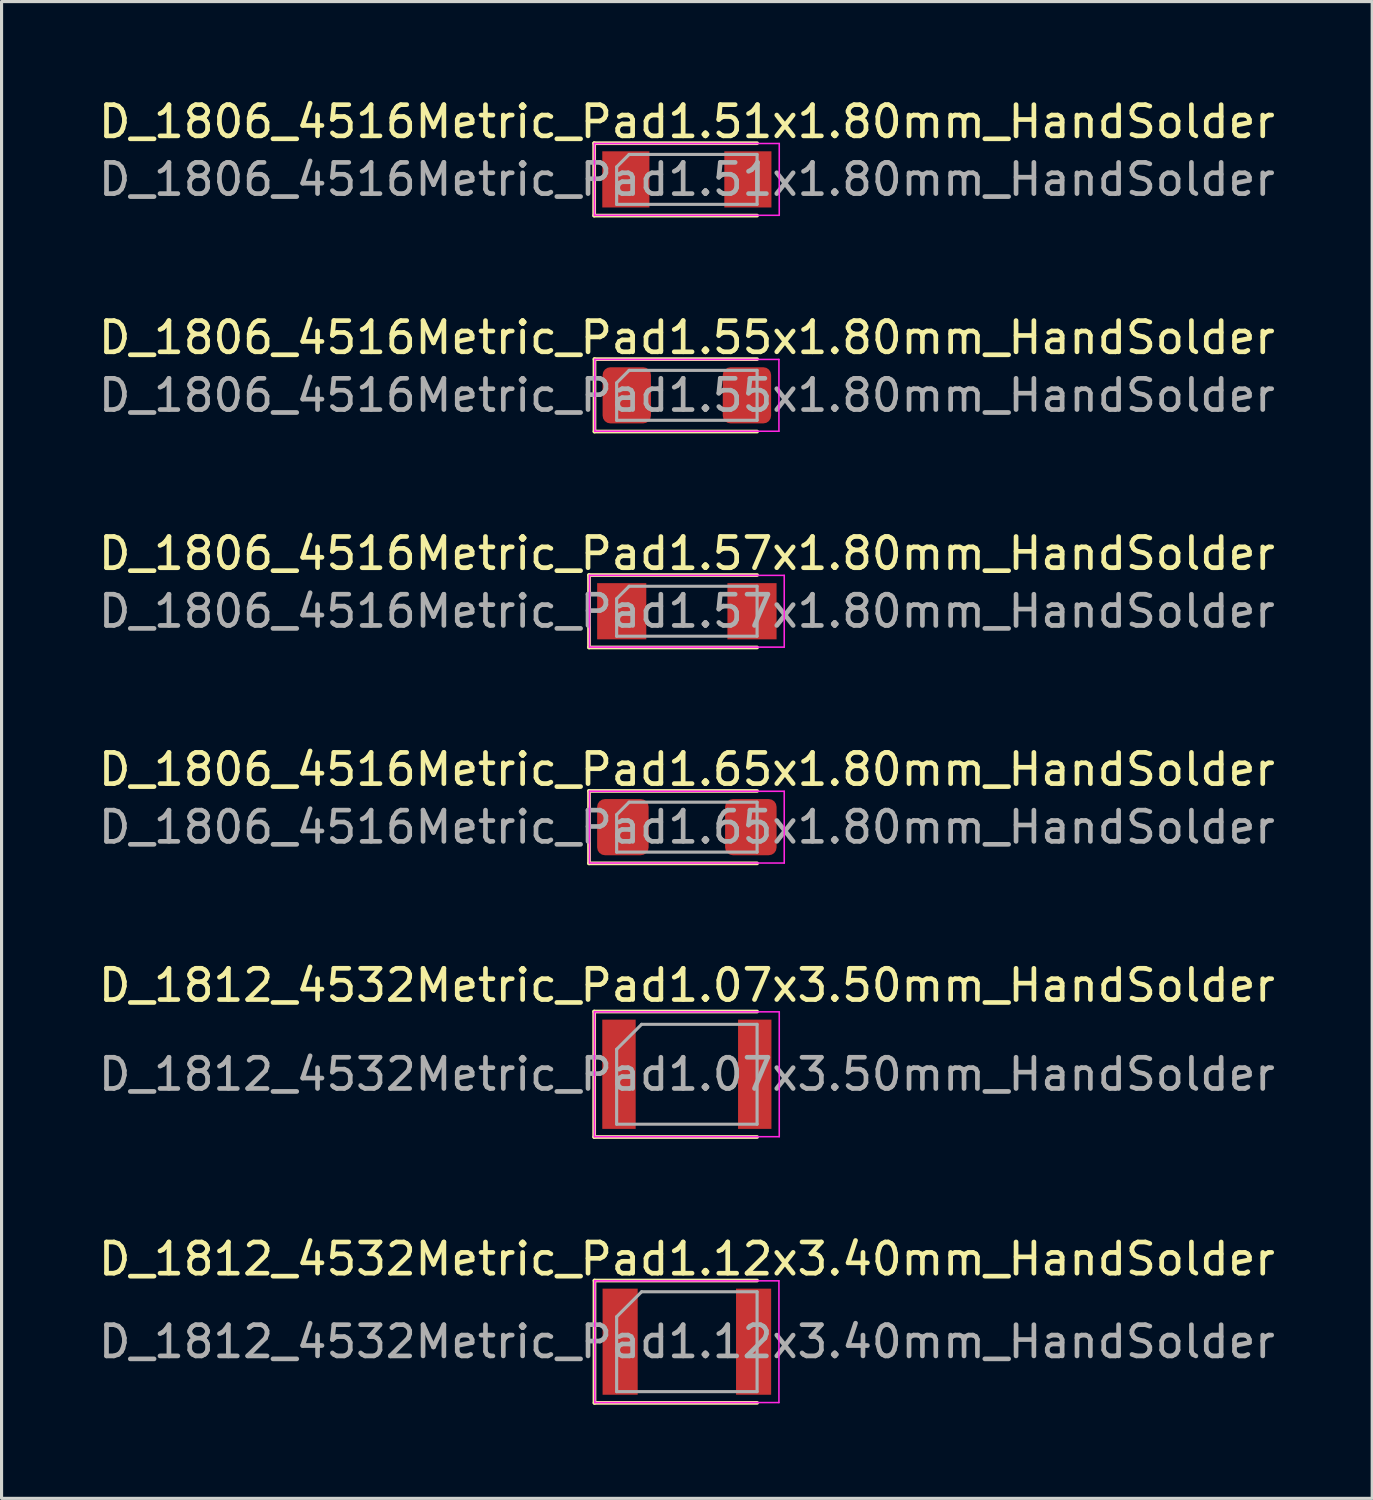
<source format=kicad_pcb>
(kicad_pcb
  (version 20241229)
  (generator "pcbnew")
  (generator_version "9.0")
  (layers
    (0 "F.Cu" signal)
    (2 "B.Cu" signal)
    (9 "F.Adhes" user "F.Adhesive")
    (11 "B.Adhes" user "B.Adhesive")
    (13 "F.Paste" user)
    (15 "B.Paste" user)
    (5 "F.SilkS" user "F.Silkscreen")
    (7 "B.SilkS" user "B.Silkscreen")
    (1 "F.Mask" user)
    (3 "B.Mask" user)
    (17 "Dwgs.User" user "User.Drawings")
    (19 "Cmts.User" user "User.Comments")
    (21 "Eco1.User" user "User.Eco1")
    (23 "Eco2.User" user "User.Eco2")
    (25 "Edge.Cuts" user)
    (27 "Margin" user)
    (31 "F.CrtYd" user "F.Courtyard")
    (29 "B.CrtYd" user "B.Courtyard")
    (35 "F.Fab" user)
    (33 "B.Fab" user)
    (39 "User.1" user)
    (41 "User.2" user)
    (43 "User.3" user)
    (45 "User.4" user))
  (footprint "D_1806_4516Metric_Pad1.65x1.80mm_HandSolder"
    (layer "F.Cu")
    (at 18.958 23.453)
    (property "Reference" "D_1806_4516Metric_Pad1.65x1.80mm_HandSolder" (at 0 -1.85 0) (layer "F.SilkS") (effects (font (size 1 1) (thickness 0.15))))
    (attr smd)
    (fp_line (start -3.135 -1.16) (end -3.135 1.16) (stroke (width 0.12) (type solid)) (layer "F.SilkS"))
    (fp_line (start -3.135 1.16) (end 2.25 1.16) (stroke (width 0.12) (type solid)) (layer "F.SilkS"))
    (fp_line (start 2.25 -1.16) (end -3.135 -1.16) (stroke (width 0.12) (type solid)) (layer "F.SilkS"))
    (fp_line (start -3.12 -1.15) (end 3.12 -1.15) (stroke (width 0.05) (type solid)) (layer "F.CrtYd"))
    (fp_line (start -3.12 1.15) (end -3.12 -1.15) (stroke (width 0.05) (type solid)) (layer "F.CrtYd"))
    (fp_line (start 3.12 -1.15) (end 3.12 1.15) (stroke (width 0.05) (type solid)) (layer "F.CrtYd"))
    (fp_line (start 3.12 1.15) (end -3.12 1.15) (stroke (width 0.05) (type solid)) (layer "F.CrtYd"))
    (fp_line (start -2.25 -0.4) (end -2.25 0.8) (stroke (width 0.1) (type solid)) (layer "F.Fab"))
    (fp_line (start -2.25 0.8) (end 2.25 0.8) (stroke (width 0.1) (type solid)) (layer "F.Fab"))
    (fp_line (start -1.85 -0.8) (end -2.25 -0.4) (stroke (width 0.1) (type solid)) (layer "F.Fab"))
    (fp_line (start 2.25 -0.8) (end -1.85 -0.8) (stroke (width 0.1) (type solid)) (layer "F.Fab"))
    (fp_line (start 2.25 0.8) (end 2.25 -0.8) (stroke (width 0.1) (type solid)) (layer "F.Fab"))
    (fp_text user "${REFERENCE}" (at 0 0 0) (layer "F.Fab") (effects (font (size 1 1) (thickness 0.15))))
    (pad "1" smd roundrect (at -2.05 0) (size 1.65 1.8) (layers "F.Cu" "F.Mask" "F.Paste") (roundrect_rratio 0.152))
    (pad "2" smd roundrect (at 2.05 0) (size 1.65 1.8) (layers "F.Cu" "F.Mask" "F.Paste") (roundrect_rratio 0.152)))
  (footprint "D_1806_4516Metric_Pad1.51x1.80mm_HandSolder"
    (layer "F.Cu")
    (at 18.958 2.698)
    (property "Reference" "D_1806_4516Metric_Pad1.51x1.80mm_HandSolder" (at 0 -1.85 0) (layer "F.SilkS") (effects (font (size 1 1) (thickness 0.15))))
    (attr smd)
    (fp_line (start -2.97 -1.16) (end -2.97 1.16) (stroke (width 0.12) (type solid)) (layer "F.SilkS"))
    (fp_line (start -2.97 1.16) (end 2.25 1.16) (stroke (width 0.12) (type solid)) (layer "F.SilkS"))
    (fp_line (start 2.25 -1.16) (end -2.97 -1.16) (stroke (width 0.12) (type solid)) (layer "F.SilkS"))
    (fp_line (start -2.96 -1.15) (end 2.96 -1.15) (stroke (width 0.05) (type solid)) (layer "F.CrtYd"))
    (fp_line (start -2.96 1.15) (end -2.96 -1.15) (stroke (width 0.05) (type solid)) (layer "F.CrtYd"))
    (fp_line (start 2.96 -1.15) (end 2.96 1.15) (stroke (width 0.05) (type solid)) (layer "F.CrtYd"))
    (fp_line (start 2.96 1.15) (end -2.96 1.15) (stroke (width 0.05) (type solid)) (layer "F.CrtYd"))
    (fp_line (start -2.25 -0.4) (end -2.25 0.8) (stroke (width 0.1) (type solid)) (layer "F.Fab"))
    (fp_line (start -2.25 0.8) (end 2.25 0.8) (stroke (width 0.1) (type solid)) (layer "F.Fab"))
    (fp_line (start -1.85 -0.8) (end -2.25 -0.4) (stroke (width 0.1) (type solid)) (layer "F.Fab"))
    (fp_line (start 2.25 -0.8) (end -1.85 -0.8) (stroke (width 0.1) (type solid)) (layer "F.Fab"))
    (fp_line (start 2.25 0.8) (end 2.25 -0.8) (stroke (width 0.1) (type solid)) (layer "F.Fab"))
    (fp_text user "${REFERENCE}" (at 0 0 0) (layer "F.Fab") (effects (font (size 1 1) (thickness 0.15))))
    (pad "1" smd rect (at -1.955 0) (size 1.51 1.8) (layers "F.Cu" "F.Mask" "F.Paste"))
    (pad "2" smd rect (at 1.955 0) (size 1.51 1.8) (layers "F.Cu" "F.Mask" "F.Paste")))
  (footprint "D_1806_4516Metric_Pad1.57x1.80mm_HandSolder"
    (layer "F.Cu")
    (at 18.958 16.535)
    (property "Reference" "D_1806_4516Metric_Pad1.57x1.80mm_HandSolder" (at 0 -1.85 0) (layer "F.SilkS") (effects (font (size 1 1) (thickness 0.15))))
    (attr smd)
    (fp_line (start -3.135 -1.16) (end -3.135 1.16) (stroke (width 0.12) (type solid)) (layer "F.SilkS"))
    (fp_line (start -3.135 1.16) (end 2.25 1.16) (stroke (width 0.12) (type solid)) (layer "F.SilkS"))
    (fp_line (start 2.25 -1.16) (end -3.135 -1.16) (stroke (width 0.12) (type solid)) (layer "F.SilkS"))
    (fp_line (start -3.12 -1.15) (end 3.12 -1.15) (stroke (width 0.05) (type solid)) (layer "F.CrtYd"))
    (fp_line (start -3.12 1.15) (end -3.12 -1.15) (stroke (width 0.05) (type solid)) (layer "F.CrtYd"))
    (fp_line (start 3.12 -1.15) (end 3.12 1.15) (stroke (width 0.05) (type solid)) (layer "F.CrtYd"))
    (fp_line (start 3.12 1.15) (end -3.12 1.15) (stroke (width 0.05) (type solid)) (layer "F.CrtYd"))
    (fp_line (start -2.25 -0.4) (end -2.25 0.8) (stroke (width 0.1) (type solid)) (layer "F.Fab"))
    (fp_line (start -2.25 0.8) (end 2.25 0.8) (stroke (width 0.1) (type solid)) (layer "F.Fab"))
    (fp_line (start -1.85 -0.8) (end -2.25 -0.4) (stroke (width 0.1) (type solid)) (layer "F.Fab"))
    (fp_line (start 2.25 -0.8) (end -1.85 -0.8) (stroke (width 0.1) (type solid)) (layer "F.Fab"))
    (fp_line (start 2.25 0.8) (end 2.25 -0.8) (stroke (width 0.1) (type solid)) (layer "F.Fab"))
    (fp_text user "${REFERENCE}" (at 0 0 0) (layer "F.Fab") (effects (font (size 1 1) (thickness 0.15))))
    (pad "1" smd rect (at -2.087 0) (size 1.575 1.8) (layers "F.Cu" "F.Mask" "F.Paste"))
    (pad "2" smd rect (at 2.087 0) (size 1.575 1.8) (layers "F.Cu" "F.Mask" "F.Paste")))
  (footprint "D_1812_4532Metric_Pad1.12x3.40mm_HandSolder"
    (layer "F.Cu")
    (at 18.958 39.94)
    (property "Reference" "D_1812_4532Metric_Pad1.12x3.40mm_HandSolder" (at 0 -2.65 0) (layer "F.SilkS") (effects (font (size 1 1) (thickness 0.15))))
    (attr smd)
    (fp_line (start -2.96 -1.96) (end -2.96 1.96) (stroke (width 0.12) (type solid)) (layer "F.SilkS"))
    (fp_line (start -2.96 1.96) (end 2.25 1.96) (stroke (width 0.12) (type solid)) (layer "F.SilkS"))
    (fp_line (start 2.25 -1.96) (end -2.96 -1.96) (stroke (width 0.12) (type solid)) (layer "F.SilkS"))
    (fp_line (start -2.95 -1.95) (end 2.95 -1.95) (stroke (width 0.05) (type solid)) (layer "F.CrtYd"))
    (fp_line (start -2.95 1.95) (end -2.95 -1.95) (stroke (width 0.05) (type solid)) (layer "F.CrtYd"))
    (fp_line (start 2.95 -1.95) (end 2.95 1.95) (stroke (width 0.05) (type solid)) (layer "F.CrtYd"))
    (fp_line (start 2.95 1.95) (end -2.95 1.95) (stroke (width 0.05) (type solid)) (layer "F.CrtYd"))
    (fp_line (start -2.25 -0.8) (end -2.25 1.6) (stroke (width 0.1) (type solid)) (layer "F.Fab"))
    (fp_line (start -2.25 1.6) (end 2.25 1.6) (stroke (width 0.1) (type solid)) (layer "F.Fab"))
    (fp_line (start -1.45 -1.6) (end -2.25 -0.8) (stroke (width 0.1) (type solid)) (layer "F.Fab"))
    (fp_line (start 2.25 -1.6) (end -1.45 -1.6) (stroke (width 0.1) (type solid)) (layer "F.Fab"))
    (fp_line (start 2.25 1.6) (end 2.25 -1.6) (stroke (width 0.1) (type solid)) (layer "F.Fab"))
    (fp_text user "${REFERENCE}" (at 0 0 0) (layer "F.Fab") (effects (font (size 1 1) (thickness 0.15))))
    (pad "1" smd rect (at -2.138 0) (size 1.125 3.4) (layers "F.Cu" "F.Mask" "F.Paste"))
    (pad "2" smd rect (at 2.138 0) (size 1.125 3.4) (layers "F.Cu" "F.Mask" "F.Paste")))
  (footprint "D_1806_4516Metric_Pad1.55x1.80mm_HandSolder"
    (layer "F.Cu")
    (at 18.958 9.617)
    (property "Reference" "D_1806_4516Metric_Pad1.55x1.80mm_HandSolder" (at 0 -1.85 0) (layer "F.SilkS") (effects (font (size 1 1) (thickness 0.15))))
    (attr smd)
    (fp_line (start -2.96 -1.16) (end -2.96 1.16) (stroke (width 0.12) (type solid)) (layer "F.SilkS"))
    (fp_line (start -2.96 1.16) (end 2.25 1.16) (stroke (width 0.12) (type solid)) (layer "F.SilkS"))
    (fp_line (start 2.25 -1.16) (end -2.96 -1.16) (stroke (width 0.12) (type solid)) (layer "F.SilkS"))
    (fp_line (start -2.95 -1.15) (end 2.95 -1.15) (stroke (width 0.05) (type solid)) (layer "F.CrtYd"))
    (fp_line (start -2.95 1.15) (end -2.95 -1.15) (stroke (width 0.05) (type solid)) (layer "F.CrtYd"))
    (fp_line (start 2.95 -1.15) (end 2.95 1.15) (stroke (width 0.05) (type solid)) (layer "F.CrtYd"))
    (fp_line (start 2.95 1.15) (end -2.95 1.15) (stroke (width 0.05) (type solid)) (layer "F.CrtYd"))
    (fp_line (start -2.25 -0.4) (end -2.25 0.8) (stroke (width 0.1) (type solid)) (layer "F.Fab"))
    (fp_line (start -2.25 0.8) (end 2.25 0.8) (stroke (width 0.1) (type solid)) (layer "F.Fab"))
    (fp_line (start -1.85 -0.8) (end -2.25 -0.4) (stroke (width 0.1) (type solid)) (layer "F.Fab"))
    (fp_line (start 2.25 -0.8) (end -1.85 -0.8) (stroke (width 0.1) (type solid)) (layer "F.Fab"))
    (fp_line (start 2.25 0.8) (end 2.25 -0.8) (stroke (width 0.1) (type solid)) (layer "F.Fab"))
    (fp_text user "${REFERENCE}" (at 0 0 0) (layer "F.Fab") (effects (font (size 1 1) (thickness 0.15))))
    (pad "1" smd roundrect (at -1.925 0) (size 1.55 1.8) (layers "F.Cu" "F.Mask" "F.Paste") (roundrect_rratio 0.161))
    (pad "2" smd roundrect (at 1.925 0) (size 1.55 1.8) (layers "F.Cu" "F.Mask" "F.Paste") (roundrect_rratio 0.161)))
  (footprint "D_1812_4532Metric_Pad1.07x3.50mm_HandSolder"
    (layer "F.Cu")
    (at 18.958 31.371)
    (property "Reference" "D_1812_4532Metric_Pad1.07x3.50mm_HandSolder" (at 0 -2.85 0) (layer "F.SilkS") (effects (font (size 1 1) (thickness 0.15))))
    (attr smd)
    (fp_line (start -2.97 -2.01) (end -2.97 2.01) (stroke (width 0.12) (type solid)) (layer "F.SilkS"))
    (fp_line (start -2.97 2.01) (end 2.25 2.01) (stroke (width 0.12) (type solid)) (layer "F.SilkS"))
    (fp_line (start 2.25 -2.01) (end -2.97 -2.01) (stroke (width 0.12) (type solid)) (layer "F.SilkS"))
    (fp_line (start -2.96 -2) (end 2.96 -2) (stroke (width 0.05) (type solid)) (layer "F.CrtYd"))
    (fp_line (start -2.96 2) (end -2.96 -2) (stroke (width 0.05) (type solid)) (layer "F.CrtYd"))
    (fp_line (start 2.96 -2) (end 2.96 2) (stroke (width 0.05) (type solid)) (layer "F.CrtYd"))
    (fp_line (start 2.96 2) (end -2.96 2) (stroke (width 0.05) (type solid)) (layer "F.CrtYd"))
    (fp_line (start -2.25 -0.8) (end -2.25 1.6) (stroke (width 0.1) (type solid)) (layer "F.Fab"))
    (fp_line (start -2.25 1.6) (end 2.25 1.6) (stroke (width 0.1) (type solid)) (layer "F.Fab"))
    (fp_line (start -1.45 -1.6) (end -2.25 -0.8) (stroke (width 0.1) (type solid)) (layer "F.Fab"))
    (fp_line (start 2.25 -1.6) (end -1.45 -1.6) (stroke (width 0.1) (type solid)) (layer "F.Fab"))
    (fp_line (start 2.25 1.6) (end 2.25 -1.6) (stroke (width 0.1) (type solid)) (layer "F.Fab"))
    (fp_text user "${REFERENCE}" (at 0 0 0) (layer "F.Fab") (effects (font (size 1 1) (thickness 0.15))))
    (pad "1" smd rect (at -2.175 0) (size 1.07 3.5) (layers "F.Cu" "F.Mask" "F.Paste"))
    (pad "2" smd rect (at 2.175 0) (size 1.07 3.5) (layers "F.Cu" "F.Mask" "F.Paste")))
  (gr_rect
    (start -3 -3)
    (end 40.917 44.959)
    (stroke (width 0.1) (type default))
    (fill no)
    (layer "Edge.Cuts")))
</source>
